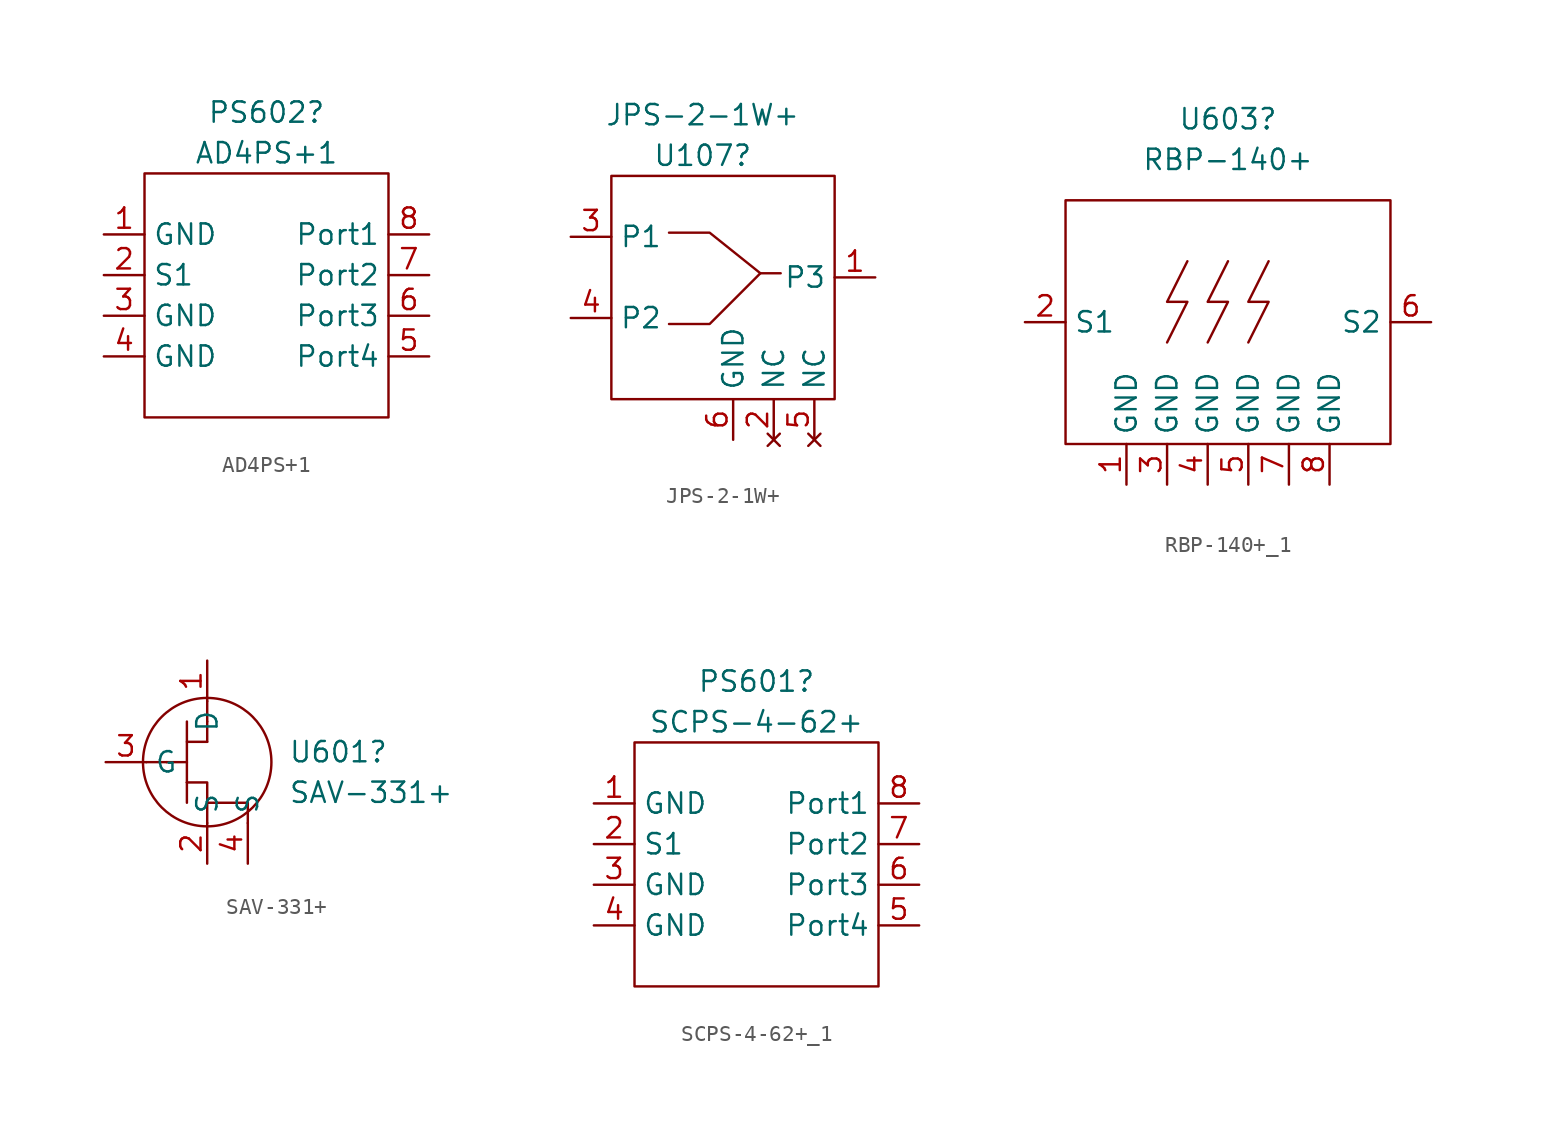
<source format=kicad_sym>
(kicad_symbol_lib
  (version 20241209)
  (generator "kicad_symbol_editor")
  (generator_version "9.0")
  (symbol "AD4PS+1"
    (property "Reference" "PS602"
      (at 0 11.43 0)
      (effects (font (size 1.27 1.27))))
    (property "Value" "AD4PS+1"
      (at 0 8.89 0)
      (effects (font (size 1.27 1.27))))
    (symbol "AD4PS+1_0_1"
      (rectangle (start -7.62 7.62) (end 7.62 -7.62) (stroke (width 0) (type default)) (fill (type none))))
    (symbol "AD4PS+1_1_1"
      (pin power_in line (at -10.16 3.81 0) (length 2.54) (name "GND" (effects (font (size 1.27 1.27)))) (number "1" (effects (font (size 1.27 1.27)))))
      (pin input line (at -10.16 1.27 0) (length 2.54) (name "S1" (effects (font (size 1.27 1.27)))) (number "2" (effects (font (size 1.27 1.27)))))
      (pin power_in line (at -10.16 -1.27 0) (length 2.54) (name "GND" (effects (font (size 1.27 1.27)))) (number "3" (effects (font (size 1.27 1.27)))))
      (pin power_in line (at -10.16 -3.81 0) (length 2.54) (name "GND" (effects (font (size 1.27 1.27)))) (number "4" (effects (font (size 1.27 1.27)))))
      (pin output line (at 10.16 3.81 180) (length 2.54) (name "Port1" (effects (font (size 1.27 1.27)))) (number "8" (effects (font (size 1.27 1.27)))))
      (pin output line (at 10.16 1.27 180) (length 2.54) (name "Port2" (effects (font (size 1.27 1.27)))) (number "7" (effects (font (size 1.27 1.27)))))
      (pin output line (at 10.16 -1.27 180) (length 2.54) (name "Port3" (effects (font (size 1.27 1.27)))) (number "6" (effects (font (size 1.27 1.27)))))
      (pin output line (at 10.16 -3.81 180) (length 2.54) (name "Port4" (effects (font (size 1.27 1.27)))) (number "5" (effects (font (size 1.27 1.27)))))))
  (symbol "JPS-2-1W+"
    (property "Reference" "U107"
      (at -0.635 7.62 0)
      (effects (font (size 1.27 1.27))))
    (property "Value" "JPS-2-1W+"
      (at -0.635 10.16 0)
      (effects (font (size 1.27 1.27))))
    (symbol "JPS-2-1W+_0_1"
      (rectangle (start -6.35 6.35) (end 7.62 -7.62) (stroke (width 0) (type default)) (fill (type none)))
      (polyline (pts (xy -2.742 2.798) (xy -0.202 2.798) (xy 2.973 0.258) (xy -0.202 -2.917) (xy -2.742 -2.917)) (stroke (width 0) (type default)) (fill (type none)))
      (polyline (pts (xy 2.973 0.258) (xy 4.243 0.258)) (stroke (width 0) (type default)) (fill (type none))))
    (symbol "JPS-2-1W+_1_1"
      (pin bidirectional line (at -8.89 2.54 0) (length 2.54) (name "P1" (effects (font (size 1.27 1.27)))) (number "3" (effects (font (size 1.27 1.27)))))
      (pin bidirectional line (at -8.89 -2.54 0) (length 2.54) (name "P2" (effects (font (size 1.27 1.27)))) (number "4" (effects (font (size 1.27 1.27)))))
      (pin power_in line (at 1.27 -10.16 90) (length 2.54) (name "GND" (effects (font (size 1.27 1.27)))) (number "6" (effects (font (size 1.27 1.27)))))
      (pin no_connect line (at 3.81 -10.16 90) (length 2.54) (name "NC" (effects (font (size 1.27 1.27)))) (number "2" (effects (font (size 1.27 1.27)))))
      (pin no_connect line (at 6.35 -10.16 90) (length 2.54) (name "NC" (effects (font (size 1.27 1.27)))) (number "5" (effects (font (size 1.27 1.27)))))
      (pin bidirectional line (at 10.16 0 180) (length 2.54) (name "P3" (effects (font (size 1.27 1.27)))) (number "1" (effects (font (size 1.27 1.27)))))))
  (symbol "RBP-140+_1"
    (property "Reference" "U603"
      (at 10.16 5.08 0)
      (effects (font (size 1.27 1.27))))
    (property "Value" "RBP-140+"
      (at 10.16 2.54 0)
      (effects (font (size 1.27 1.27))))
    (symbol "RBP-140+_1_0_0"
      (polyline (pts (xy 6.35 -8.89) (xy 7.62 -6.35) (xy 6.35 -6.35) (xy 7.62 -3.81)) (stroke (width 0) (type default)) (fill (type none)))
      (polyline (pts (xy 8.89 -8.89) (xy 10.16 -6.35) (xy 8.89 -6.35) (xy 10.16 -3.81)) (stroke (width 0) (type default)) (fill (type none)))
      (polyline (pts (xy 11.43 -8.89) (xy 12.7 -6.35) (xy 11.43 -6.35) (xy 12.7 -3.81)) (stroke (width 0) (type default)) (fill (type none))))
    (symbol "RBP-140+_1_0_1"
      (rectangle (start 0 0) (end 20.32 -15.24) (stroke (width 0) (type default)) (fill (type none))))
    (symbol "RBP-140+_1_1_1"
      (pin input line (at -2.54 -7.62 0) (length 2.54) (name "S1" (effects (font (size 1.27 1.27)))) (number "2" (effects (font (size 1.27 1.27)))))
      (pin power_in line (at 3.81 -17.78 90) (length 2.54) (name "GND" (effects (font (size 1.27 1.27)))) (number "1" (effects (font (size 1.27 1.27)))))
      (pin power_in line (at 6.35 -17.78 90) (length 2.54) (name "GND" (effects (font (size 1.27 1.27)))) (number "3" (effects (font (size 1.27 1.27)))))
      (pin power_in line (at 8.89 -17.78 90) (length 2.54) (name "GND" (effects (font (size 1.27 1.27)))) (number "4" (effects (font (size 1.27 1.27)))))
      (pin power_in line (at 11.43 -17.78 90) (length 2.54) (name "GND" (effects (font (size 1.27 1.27)))) (number "5" (effects (font (size 1.27 1.27)))))
      (pin power_in line (at 13.97 -17.78 90) (length 2.54) (name "GND" (effects (font (size 1.27 1.27)))) (number "7" (effects (font (size 1.27 1.27)))))
      (pin power_in line (at 16.51 -17.78 90) (length 2.54) (name "GND" (effects (font (size 1.27 1.27)))) (number "8" (effects (font (size 1.27 1.27)))))
      (pin output line (at 22.86 -7.62 180) (length 2.54) (name "S2" (effects (font (size 1.27 1.27)))) (number "6" (effects (font (size 1.27 1.27)))))))
  (symbol "SAV-331+"
    (property "Reference" "U601"
      (at 5.08 0.635 0)
      (effects (font (size 1.27 1.27)) (justify left)))
    (property "Value" "SAV-331+"
      (at 5.08 -1.905 0)
      (effects (font (size 1.27 1.27)) (justify left)))
    (symbol "SAV-331+_0_1"
      (polyline (pts (xy -2.54 0) (xy -3.81 0)) (stroke (width 0) (type default)) (fill (type none)))
      (polyline (pts (xy -1.27 1.27) (xy -1.27 2.54)) (stroke (width 0) (type default)) (fill (type none)))
      (polyline (pts (xy -1.27 1.27) (xy -1.27 -1.27) (xy -1.27 1.27) (xy -1.27 0) (xy -1.27 1.27) (xy 0 1.27)) (stroke (width 0) (type default)) (fill (type none)))
      (polyline (pts (xy -1.27 0) (xy -2.54 0)) (stroke (width 0) (type default)) (fill (type none)))
      (polyline (pts (xy -1.27 -1.27) (xy -1.27 -2.54)) (stroke (width 0) (type default)) (fill (type none)))
      (polyline (pts (xy -1.27 -1.27) (xy 0 -1.27) (xy 0 -2.54)) (stroke (width 0) (type default)) (fill (type none)))
      (polyline (pts (xy 0 2.54) (xy 0 3.81)) (stroke (width 0) (type default)) (fill (type none)))
      (polyline (pts (xy 0 1.27) (xy 0 2.54)) (stroke (width 0) (type default)) (fill (type none)))
      (circle (center 0 0) (radius 4.016) (stroke (width 0) (type default)) (fill (type none)))
      (polyline (pts (xy 0 -2.54) (xy 0 -3.81)) (stroke (width 0) (type default)) (fill (type none)))
      (polyline (pts (xy 0 -2.54) (xy 2.54 -2.54) (xy 2.54 -3.81)) (stroke (width 0) (type default)) (fill (type none))))
    (symbol "SAV-331+_1_1"
      (pin input line (at -6.35 0 0) (length 2.54) (name "G" (effects (font (size 1.27 1.27)))) (number "3" (effects (font (size 1.27 1.27)))))
      (pin input line (at 0 6.35 270) (length 2.54) (name "D" (effects (font (size 1.27 1.27)))) (number "1" (effects (font (size 1.27 1.27)))))
      (pin input line (at 0 -6.35 90) (length 2.54) (name "S" (effects (font (size 1.27 1.27)))) (number "2" (effects (font (size 1.27 1.27)))))
      (pin input line (at 2.54 -6.35 90) (length 2.54) (name "S" (effects (font (size 1.27 1.27)))) (number "4" (effects (font (size 1.27 1.27)))))))
  (symbol "SCPS-4-62+_1"
    (property "Reference" "PS601"
      (at 7.62 3.81 0)
      (effects (font (size 1.27 1.27))))
    (property "Value" "SCPS-4-62+"
      (at 7.62 1.27 0)
      (effects (font (size 1.27 1.27))))
    (symbol "SCPS-4-62+_1_0_1"
      (rectangle (start 0 0) (end 15.24 -15.24) (stroke (width 0) (type default)) (fill (type none))))
    (symbol "SCPS-4-62+_1_1_1"
      (pin power_in line (at -2.54 -3.81 0) (length 2.54) (name "GND" (effects (font (size 1.27 1.27)))) (number "1" (effects (font (size 1.27 1.27)))))
      (pin input line (at -2.54 -6.35 0) (length 2.54) (name "S1" (effects (font (size 1.27 1.27)))) (number "2" (effects (font (size 1.27 1.27)))))
      (pin power_in line (at -2.54 -8.89 0) (length 2.54) (name "GND" (effects (font (size 1.27 1.27)))) (number "3" (effects (font (size 1.27 1.27)))))
      (pin power_in line (at -2.54 -11.43 0) (length 2.54) (name "GND" (effects (font (size 1.27 1.27)))) (number "4" (effects (font (size 1.27 1.27)))))
      (pin output line (at 17.78 -3.81 180) (length 2.54) (name "Port1" (effects (font (size 1.27 1.27)))) (number "8" (effects (font (size 1.27 1.27)))))
      (pin output line (at 17.78 -6.35 180) (length 2.54) (name "Port2" (effects (font (size 1.27 1.27)))) (number "7" (effects (font (size 1.27 1.27)))))
      (pin output line (at 17.78 -8.89 180) (length 2.54) (name "Port3" (effects (font (size 1.27 1.27)))) (number "6" (effects (font (size 1.27 1.27)))))
      (pin output line (at 17.78 -11.43 180) (length 2.54) (name "Port4" (effects (font (size 1.27 1.27)))) (number "5" (effects (font (size 1.27 1.27))))))))
</source>
